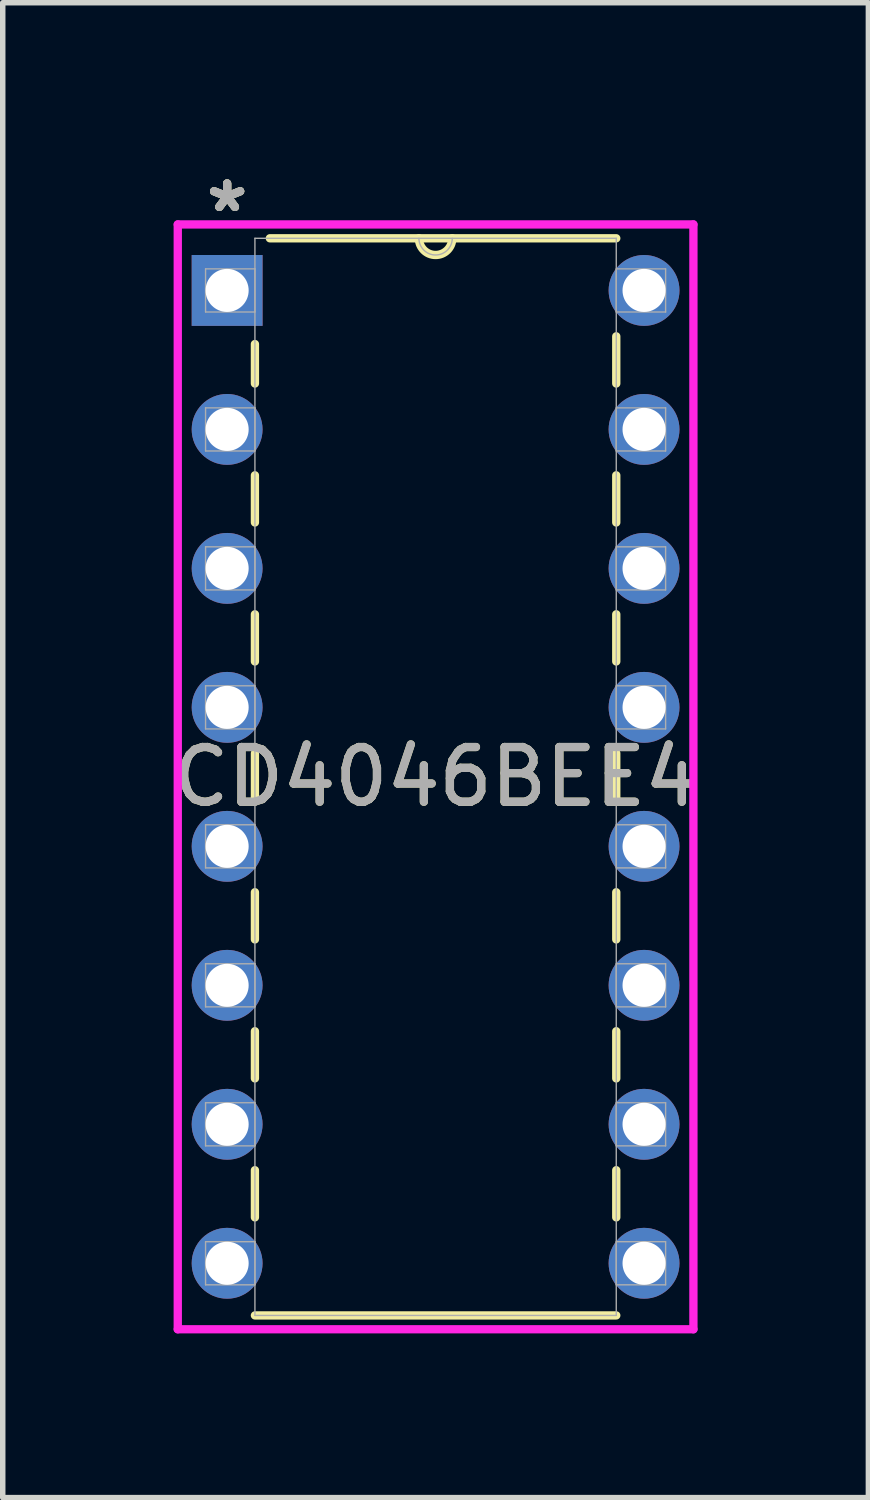
<source format=kicad_pcb>
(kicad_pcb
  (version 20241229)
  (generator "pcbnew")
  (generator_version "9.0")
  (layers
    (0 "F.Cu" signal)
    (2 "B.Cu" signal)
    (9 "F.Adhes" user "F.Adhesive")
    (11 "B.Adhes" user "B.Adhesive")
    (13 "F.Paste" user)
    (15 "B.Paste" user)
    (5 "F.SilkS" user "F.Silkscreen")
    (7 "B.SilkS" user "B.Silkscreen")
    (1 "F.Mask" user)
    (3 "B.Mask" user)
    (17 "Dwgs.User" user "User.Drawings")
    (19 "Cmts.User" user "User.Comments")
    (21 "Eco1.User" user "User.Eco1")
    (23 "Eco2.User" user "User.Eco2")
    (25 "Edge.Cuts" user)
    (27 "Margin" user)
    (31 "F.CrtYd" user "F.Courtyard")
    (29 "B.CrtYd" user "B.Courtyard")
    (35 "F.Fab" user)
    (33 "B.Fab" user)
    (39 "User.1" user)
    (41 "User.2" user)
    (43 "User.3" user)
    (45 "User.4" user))
  (footprint "CD4046BEE4"
    (layer "F.Cu")
    (at 8.721 20.038)
    (property "Reference" "CD4046BEE4" (at -3.81 -8.89 0) (unlocked yes) (layer "F.SilkS") (effects (font (size 1 1) (thickness 0.15))))
    (attr through_hole)
    (fp_line (start -7.112 -16.8) (end -7.112 -16.079) (stroke (width 0.152) (type solid)) (layer "F.SilkS"))
    (fp_line (start -7.112 -14.401) (end -7.112 -13.539) (stroke (width 0.152) (type solid)) (layer "F.SilkS"))
    (fp_line (start -7.112 -11.861) (end -7.112 -10.999) (stroke (width 0.152) (type solid)) (layer "F.SilkS"))
    (fp_line (start -7.112 -9.321) (end -7.112 -8.459) (stroke (width 0.152) (type solid)) (layer "F.SilkS"))
    (fp_line (start -7.112 -6.781) (end -7.112 -5.919) (stroke (width 0.152) (type solid)) (layer "F.SilkS"))
    (fp_line (start -7.112 -4.241) (end -7.112 -3.379) (stroke (width 0.152) (type solid)) (layer "F.SilkS"))
    (fp_line (start -7.112 -1.701) (end -7.112 -0.839) (stroke (width 0.152) (type solid)) (layer "F.SilkS"))
    (fp_line (start -7.112 0.953) (end -0.508 0.953) (stroke (width 0.152) (type solid)) (layer "F.SilkS"))
    (fp_line (start -0.508 -18.733) (end -6.839 -18.733) (stroke (width 0.152) (type solid)) (layer "F.SilkS"))
    (fp_line (start -0.508 -16.079) (end -0.508 -16.941) (stroke (width 0.152) (type solid)) (layer "F.SilkS"))
    (fp_line (start -0.508 -13.539) (end -0.508 -14.401) (stroke (width 0.152) (type solid)) (layer "F.SilkS"))
    (fp_line (start -0.508 -10.999) (end -0.508 -11.861) (stroke (width 0.152) (type solid)) (layer "F.SilkS"))
    (fp_line (start -0.508 -8.459) (end -0.508 -9.321) (stroke (width 0.152) (type solid)) (layer "F.SilkS"))
    (fp_line (start -0.508 -5.919) (end -0.508 -6.781) (stroke (width 0.152) (type solid)) (layer "F.SilkS"))
    (fp_line (start -0.508 -3.379) (end -0.508 -4.241) (stroke (width 0.152) (type solid)) (layer "F.SilkS"))
    (fp_line (start -0.508 -0.839) (end -0.508 -1.701) (stroke (width 0.152) (type solid)) (layer "F.SilkS"))
    (fp_arc (start -3.5052 -18.7325) (mid -3.81 -18.4277) (end -4.1148 -18.7325) (stroke (width 0.1524) (type solid)) (layer "F.SilkS"))
    (fp_line (start -8.522 -18.986) (end -8.522 1.206) (stroke (width 0.152) (type solid)) (layer "F.CrtYd"))
    (fp_line (start -8.522 1.206) (end 0.902 1.206) (stroke (width 0.152) (type solid)) (layer "F.CrtYd"))
    (fp_line (start 0.902 -18.986) (end -8.522 -18.986) (stroke (width 0.152) (type solid)) (layer "F.CrtYd"))
    (fp_line (start 0.902 1.206) (end 0.902 -18.986) (stroke (width 0.152) (type solid)) (layer "F.CrtYd"))
    (fp_line (start -8.014 -18.174) (end -8.014 -17.386) (stroke (width 0.025) (type solid)) (layer "F.Fab"))
    (fp_line (start -8.014 -17.386) (end -7.112 -17.386) (stroke (width 0.025) (type solid)) (layer "F.Fab"))
    (fp_line (start -8.014 -15.634) (end -8.014 -14.846) (stroke (width 0.025) (type solid)) (layer "F.Fab"))
    (fp_line (start -8.014 -14.846) (end -7.112 -14.846) (stroke (width 0.025) (type solid)) (layer "F.Fab"))
    (fp_line (start -8.014 -13.094) (end -8.014 -12.306) (stroke (width 0.025) (type solid)) (layer "F.Fab"))
    (fp_line (start -8.014 -12.306) (end -7.112 -12.306) (stroke (width 0.025) (type solid)) (layer "F.Fab"))
    (fp_line (start -8.014 -10.554) (end -8.014 -9.766) (stroke (width 0.025) (type solid)) (layer "F.Fab"))
    (fp_line (start -8.014 -9.766) (end -7.112 -9.766) (stroke (width 0.025) (type solid)) (layer "F.Fab"))
    (fp_line (start -8.014 -8.014) (end -8.014 -7.226) (stroke (width 0.025) (type solid)) (layer "F.Fab"))
    (fp_line (start -8.014 -7.226) (end -7.112 -7.226) (stroke (width 0.025) (type solid)) (layer "F.Fab"))
    (fp_line (start -8.014 -5.474) (end -8.014 -4.686) (stroke (width 0.025) (type solid)) (layer "F.Fab"))
    (fp_line (start -8.014 -4.686) (end -7.112 -4.686) (stroke (width 0.025) (type solid)) (layer "F.Fab"))
    (fp_line (start -8.014 -2.934) (end -8.014 -2.146) (stroke (width 0.025) (type solid)) (layer "F.Fab"))
    (fp_line (start -8.014 -2.146) (end -7.112 -2.146) (stroke (width 0.025) (type solid)) (layer "F.Fab"))
    (fp_line (start -8.014 -0.394) (end -8.014 0.394) (stroke (width 0.025) (type solid)) (layer "F.Fab"))
    (fp_line (start -8.014 0.394) (end -7.112 0.394) (stroke (width 0.025) (type solid)) (layer "F.Fab"))
    (fp_line (start -7.112 -18.733) (end -7.112 0.953) (stroke (width 0.025) (type solid)) (layer "F.Fab"))
    (fp_line (start -7.112 -18.174) (end -8.014 -18.174) (stroke (width 0.025) (type solid)) (layer "F.Fab"))
    (fp_line (start -7.112 -17.386) (end -7.112 -18.174) (stroke (width 0.025) (type solid)) (layer "F.Fab"))
    (fp_line (start -7.112 -15.634) (end -8.014 -15.634) (stroke (width 0.025) (type solid)) (layer "F.Fab"))
    (fp_line (start -7.112 -14.846) (end -7.112 -15.634) (stroke (width 0.025) (type solid)) (layer "F.Fab"))
    (fp_line (start -7.112 -13.094) (end -8.014 -13.094) (stroke (width 0.025) (type solid)) (layer "F.Fab"))
    (fp_line (start -7.112 -12.306) (end -7.112 -13.094) (stroke (width 0.025) (type solid)) (layer "F.Fab"))
    (fp_line (start -7.112 -10.554) (end -8.014 -10.554) (stroke (width 0.025) (type solid)) (layer "F.Fab"))
    (fp_line (start -7.112 -9.766) (end -7.112 -10.554) (stroke (width 0.025) (type solid)) (layer "F.Fab"))
    (fp_line (start -7.112 -8.014) (end -8.014 -8.014) (stroke (width 0.025) (type solid)) (layer "F.Fab"))
    (fp_line (start -7.112 -7.226) (end -7.112 -8.014) (stroke (width 0.025) (type solid)) (layer "F.Fab"))
    (fp_line (start -7.112 -5.474) (end -8.014 -5.474) (stroke (width 0.025) (type solid)) (layer "F.Fab"))
    (fp_line (start -7.112 -4.686) (end -7.112 -5.474) (stroke (width 0.025) (type solid)) (layer "F.Fab"))
    (fp_line (start -7.112 -2.934) (end -8.014 -2.934) (stroke (width 0.025) (type solid)) (layer "F.Fab"))
    (fp_line (start -7.112 -2.146) (end -7.112 -2.934) (stroke (width 0.025) (type solid)) (layer "F.Fab"))
    (fp_line (start -7.112 -0.394) (end -8.014 -0.394) (stroke (width 0.025) (type solid)) (layer "F.Fab"))
    (fp_line (start -7.112 0.394) (end -7.112 -0.394) (stroke (width 0.025) (type solid)) (layer "F.Fab"))
    (fp_line (start -7.112 0.953) (end -0.508 0.953) (stroke (width 0.025) (type solid)) (layer "F.Fab"))
    (fp_line (start -0.508 -18.733) (end -7.112 -18.733) (stroke (width 0.025) (type solid)) (layer "F.Fab"))
    (fp_line (start -0.508 -18.174) (end -0.508 -17.386) (stroke (width 0.025) (type solid)) (layer "F.Fab"))
    (fp_line (start -0.508 -17.386) (end 0.394 -17.386) (stroke (width 0.025) (type solid)) (layer "F.Fab"))
    (fp_line (start -0.508 -15.634) (end -0.508 -14.846) (stroke (width 0.025) (type solid)) (layer "F.Fab"))
    (fp_line (start -0.508 -14.846) (end 0.394 -14.846) (stroke (width 0.025) (type solid)) (layer "F.Fab"))
    (fp_line (start -0.508 -13.094) (end -0.508 -12.306) (stroke (width 0.025) (type solid)) (layer "F.Fab"))
    (fp_line (start -0.508 -12.306) (end 0.394 -12.306) (stroke (width 0.025) (type solid)) (layer "F.Fab"))
    (fp_line (start -0.508 -10.554) (end -0.508 -9.766) (stroke (width 0.025) (type solid)) (layer "F.Fab"))
    (fp_line (start -0.508 -9.766) (end 0.394 -9.766) (stroke (width 0.025) (type solid)) (layer "F.Fab"))
    (fp_line (start -0.508 -8.014) (end -0.508 -7.226) (stroke (width 0.025) (type solid)) (layer "F.Fab"))
    (fp_line (start -0.508 -7.226) (end 0.394 -7.226) (stroke (width 0.025) (type solid)) (layer "F.Fab"))
    (fp_line (start -0.508 -5.474) (end -0.508 -4.686) (stroke (width 0.025) (type solid)) (layer "F.Fab"))
    (fp_line (start -0.508 -4.686) (end 0.394 -4.686) (stroke (width 0.025) (type solid)) (layer "F.Fab"))
    (fp_line (start -0.508 -2.934) (end -0.508 -2.146) (stroke (width 0.025) (type solid)) (layer "F.Fab"))
    (fp_line (start -0.508 -2.146) (end 0.394 -2.146) (stroke (width 0.025) (type solid)) (layer "F.Fab"))
    (fp_line (start -0.508 -0.394) (end -0.508 0.394) (stroke (width 0.025) (type solid)) (layer "F.Fab"))
    (fp_line (start -0.508 0.394) (end 0.394 0.394) (stroke (width 0.025) (type solid)) (layer "F.Fab"))
    (fp_line (start -0.508 0.953) (end -0.508 -18.733) (stroke (width 0.025) (type solid)) (layer "F.Fab"))
    (fp_line (start 0.394 -18.174) (end -0.508 -18.174) (stroke (width 0.025) (type solid)) (layer "F.Fab"))
    (fp_line (start 0.394 -17.386) (end 0.394 -18.174) (stroke (width 0.025) (type solid)) (layer "F.Fab"))
    (fp_line (start 0.394 -15.634) (end -0.508 -15.634) (stroke (width 0.025) (type solid)) (layer "F.Fab"))
    (fp_line (start 0.394 -14.846) (end 0.394 -15.634) (stroke (width 0.025) (type solid)) (layer "F.Fab"))
    (fp_line (start 0.394 -13.094) (end -0.508 -13.094) (stroke (width 0.025) (type solid)) (layer "F.Fab"))
    (fp_line (start 0.394 -12.306) (end 0.394 -13.094) (stroke (width 0.025) (type solid)) (layer "F.Fab"))
    (fp_line (start 0.394 -10.554) (end -0.508 -10.554) (stroke (width 0.025) (type solid)) (layer "F.Fab"))
    (fp_line (start 0.394 -9.766) (end 0.394 -10.554) (stroke (width 0.025) (type solid)) (layer "F.Fab"))
    (fp_line (start 0.394 -8.014) (end -0.508 -8.014) (stroke (width 0.025) (type solid)) (layer "F.Fab"))
    (fp_line (start 0.394 -7.226) (end 0.394 -8.014) (stroke (width 0.025) (type solid)) (layer "F.Fab"))
    (fp_line (start 0.394 -5.474) (end -0.508 -5.474) (stroke (width 0.025) (type solid)) (layer "F.Fab"))
    (fp_line (start 0.394 -4.686) (end 0.394 -5.474) (stroke (width 0.025) (type solid)) (layer "F.Fab"))
    (fp_line (start 0.394 -2.934) (end -0.508 -2.934) (stroke (width 0.025) (type solid)) (layer "F.Fab"))
    (fp_line (start 0.394 -2.146) (end 0.394 -2.934) (stroke (width 0.025) (type solid)) (layer "F.Fab"))
    (fp_line (start 0.394 -0.394) (end -0.508 -0.394) (stroke (width 0.025) (type solid)) (layer "F.Fab"))
    (fp_line (start 0.394 0.394) (end 0.394 -0.394) (stroke (width 0.025) (type solid)) (layer "F.Fab"))
    (fp_arc (start -3.5052 -18.7325) (mid -3.81 -18.4277) (end -4.1148 -18.7325) (stroke (width 0.0254) (type solid)) (layer "F.Fab"))
    (fp_text user "*" (at -7.62 -19.19 0) (unlocked yes) (layer "F.SilkS") (effects (font (size 1 1) (thickness 0.15))))
    (fp_text user "*" (at -7.62 -19.19 0) (layer "F.SilkS") (effects (font (size 1 1) (thickness 0.15))))
    (fp_text user "*" (at -7.62 -19.19 0) (layer "F.Fab") (effects (font (size 1 1) (thickness 0.15))))
    (fp_text user "${REFERENCE}" (at -3.81 -8.89 0) (unlocked yes) (layer "F.Fab") (effects (font (size 1 1) (thickness 0.15))))
    (fp_text user "*" (at -7.62 -19.19 0) (unlocked yes) (layer "F.Fab") (effects (font (size 1 1) (thickness 0.15))))
    (pad "1" thru_hole rect (at -7.62 -17.78) (size 1.295 1.295) (drill 0.787) (layers "*.Cu" "*.Mask"))
    (pad "2" thru_hole circle (at -7.62 -15.24) (size 1.295 1.295) (drill 0.787) (layers "*.Cu" "*.Mask"))
    (pad "3" thru_hole circle (at -7.62 -12.7) (size 1.295 1.295) (drill 0.787) (layers "*.Cu" "*.Mask"))
    (pad "4" thru_hole circle (at -7.62 -10.16) (size 1.295 1.295) (drill 0.787) (layers "*.Cu" "*.Mask"))
    (pad "5" thru_hole circle (at -7.62 -7.62) (size 1.295 1.295) (drill 0.787) (layers "*.Cu" "*.Mask"))
    (pad "6" thru_hole circle (at -7.62 -5.08) (size 1.295 1.295) (drill 0.787) (layers "*.Cu" "*.Mask"))
    (pad "7" thru_hole circle (at -7.62 -2.54) (size 1.295 1.295) (drill 0.787) (layers "*.Cu" "*.Mask"))
    (pad "8" thru_hole circle (at -7.62 0) (size 1.295 1.295) (drill 0.787) (layers "*.Cu" "*.Mask"))
    (pad "9" thru_hole circle (at 0 0) (size 1.295 1.295) (drill 0.787) (layers "*.Cu" "*.Mask"))
    (pad "10" thru_hole circle (at 0 -2.54) (size 1.295 1.295) (drill 0.787) (layers "*.Cu" "*.Mask"))
    (pad "11" thru_hole circle (at 0 -5.08) (size 1.295 1.295) (drill 0.787) (layers "*.Cu" "*.Mask"))
    (pad "12" thru_hole circle (at 0 -7.62) (size 1.295 1.295) (drill 0.787) (layers "*.Cu" "*.Mask"))
    (pad "13" thru_hole circle (at 0 -10.16) (size 1.295 1.295) (drill 0.787) (layers "*.Cu" "*.Mask"))
    (pad "14" thru_hole circle (at 0 -12.7) (size 1.295 1.295) (drill 0.787) (layers "*.Cu" "*.Mask"))
    (pad "15" thru_hole circle (at 0 -15.24) (size 1.295 1.295) (drill 0.787) (layers "*.Cu" "*.Mask"))
    (pad "16" thru_hole circle (at 0 -17.78) (size 1.295 1.295) (drill 0.787) (layers "*.Cu" "*.Mask")))
  (gr_rect
    (start -3 -3)
    (end 12.821 24.321)
    (stroke (width 0.1) (type default))
    (fill no)
    (layer "Edge.Cuts")))
</source>
